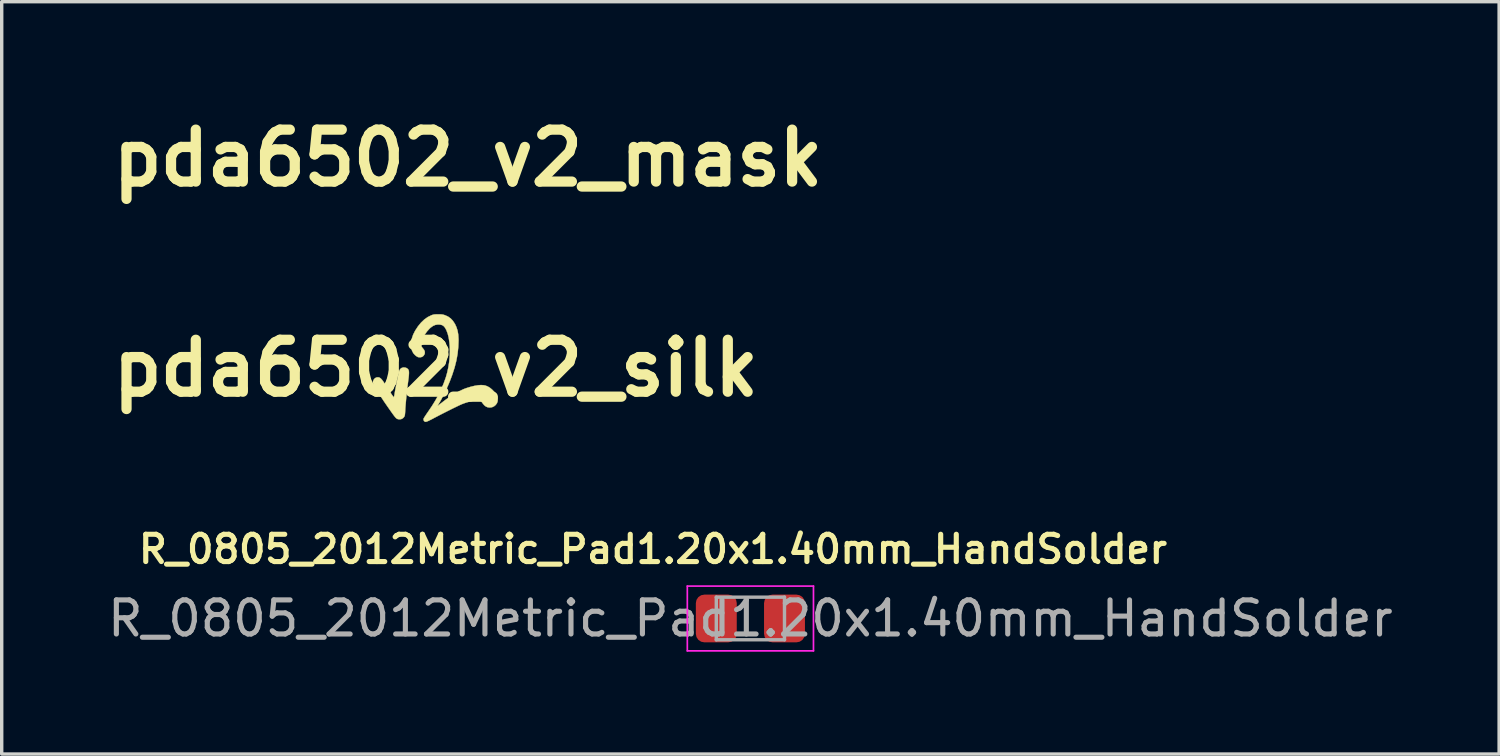
<source format=kicad_pcb>
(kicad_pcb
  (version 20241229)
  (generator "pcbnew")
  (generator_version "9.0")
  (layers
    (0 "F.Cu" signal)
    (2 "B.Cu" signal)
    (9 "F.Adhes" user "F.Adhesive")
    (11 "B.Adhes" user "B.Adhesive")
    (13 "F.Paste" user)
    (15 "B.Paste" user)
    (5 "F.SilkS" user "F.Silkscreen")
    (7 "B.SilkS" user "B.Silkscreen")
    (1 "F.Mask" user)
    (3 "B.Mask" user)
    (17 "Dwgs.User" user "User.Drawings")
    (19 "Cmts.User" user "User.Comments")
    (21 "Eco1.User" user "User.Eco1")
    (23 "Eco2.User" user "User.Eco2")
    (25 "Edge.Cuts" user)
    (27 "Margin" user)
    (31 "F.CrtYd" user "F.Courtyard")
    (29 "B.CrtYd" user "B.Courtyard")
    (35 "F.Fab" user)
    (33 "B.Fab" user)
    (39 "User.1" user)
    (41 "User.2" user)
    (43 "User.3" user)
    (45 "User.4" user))
  (footprint "R_0805_2012Metric_Pad1.20x1.40mm_HandSolder"
    (layer "F.Cu")
    (at 18.958 15.089)
    (property "Reference" "R_0805_2012Metric_Pad1.20x1.40mm_HandSolder" (at -2.857 -2.032 180) (layer "F.SilkS") (effects (font (size 0.8 0.8) (thickness 0.15))))
    (attr smd)
    (fp_line (start -1.85 -0.95) (end 1.85 -0.95) (stroke (width 0.05) (type solid)) (layer "F.CrtYd"))
    (fp_line (start -1.85 0.95) (end -1.85 -0.95) (stroke (width 0.05) (type solid)) (layer "F.CrtYd"))
    (fp_line (start 1.85 -0.95) (end 1.85 0.95) (stroke (width 0.05) (type solid)) (layer "F.CrtYd"))
    (fp_line (start 1.85 0.95) (end -1.85 0.95) (stroke (width 0.05) (type solid)) (layer "F.CrtYd"))
    (fp_line (start -1 -0.625) (end 1 -0.625) (stroke (width 0.1) (type solid)) (layer "F.Fab"))
    (fp_line (start -1 0.625) (end -1 -0.625) (stroke (width 0.1) (type solid)) (layer "F.Fab"))
    (fp_line (start 1 -0.625) (end 1 0.625) (stroke (width 0.1) (type solid)) (layer "F.Fab"))
    (fp_line (start 1 0.625) (end -1 0.625) (stroke (width 0.1) (type solid)) (layer "F.Fab"))
    (fp_text user "${REFERENCE}" (at 0 0 180) (layer "F.Fab") (effects (font (size 1 1) (thickness 0.15))))
    (pad "1" smd roundrect (at -1 0) (size 1.2 1.4) (layers "F.Cu" "F.Mask" "F.Paste") (roundrect_rratio 0.208))
    (pad "2" smd roundrect (at 1 0) (size 1.2 1.4) (layers "F.Cu" "F.Mask" "F.Paste") (roundrect_rratio 0.208)))
  (footprint "pda6502_v2_mask"
    (layer "F.Cu")
    (at 10.675 1.586)
    (property "Reference" "pda6502_v2_mask" (at 0 0 0) (layer "F.SilkS") (effects (font (size 1.524 1.524) (thickness 0.3))))
    (attr through_hole)
    (fp_poly (pts (xy -0.903 -0.02) (xy -0.855 -0.004) (xy -0.817 0.025) (xy -0.809 0.037) (xy -0.798 0.057) (xy -0.791 0.081) (xy -0.788 0.113) (xy -0.788 0.154) (xy -0.791 0.208) (xy -0.798 0.277) (xy -0.809 0.36) (xy -0.833 0.555) (xy -0.853 0.732) (xy -0.87 0.893) (xy -0.883 1.04) (xy -0.894 1.175) (xy -0.901 1.302) (xy -0.903 1.325) (xy -0.909 1.381) (xy -0.925 1.422) (xy -0.954 1.456) (xy -0.976 1.474) (xy -1.013 1.492) (xy -1.06 1.499) (xy -1.106 1.495) (xy -1.127 1.488) (xy -1.143 1.48) (xy -1.159 1.469) (xy -1.176 1.452) (xy -1.197 1.429) (xy -1.222 1.397) (xy -1.254 1.354) (xy -1.295 1.297) (xy -1.346 1.225) (xy -1.351 1.217) (xy -1.418 1.122) (xy -1.474 1.041) (xy -1.523 0.969) (xy -1.566 0.904) (xy -1.607 0.842) (xy -1.647 0.78) (xy -1.689 0.713) (xy -1.715 0.672) (xy -1.759 0.601) (xy -1.792 0.544) (xy -1.817 0.5) (xy -1.833 0.467) (xy -1.843 0.44) (xy -1.846 0.418) (xy -1.845 0.398) (xy -1.841 0.379) (xy -1.819 0.331) (xy -1.784 0.293) (xy -1.741 0.271) (xy -1.732 0.269) (xy -1.697 0.266) (xy -1.666 0.27) (xy -1.636 0.285) (xy -1.605 0.31) (xy -1.571 0.349) (xy -1.532 0.403) (xy -1.487 0.473) (xy -1.472 0.497) (xy -1.44 0.549) (xy -1.404 0.604) (xy -1.368 0.66) (xy -1.332 0.713) (xy -1.299 0.762) (xy -1.271 0.803) (xy -1.248 0.833) (xy -1.234 0.85) (xy -1.231 0.853) (xy -1.227 0.841) (xy -1.221 0.814) (xy -1.214 0.778) (xy -1.207 0.736) (xy -1.201 0.699) (xy -1.197 0.673) (xy -1.189 0.63) (xy -1.178 0.574) (xy -1.166 0.509) (xy -1.152 0.438) (xy -1.137 0.366) (xy -1.123 0.296) (xy -1.109 0.232) (xy -1.098 0.177) (xy -1.089 0.137) (xy -1.086 0.125) (xy -1.069 0.069) (xy -1.047 0.029) (xy -1.018 0.002) (xy -1.003 -0.007) (xy -0.954 -0.022) (xy -0.903 -0.02)) (stroke (width 0.01) (type solid)) (fill yes) (layer "F.Mask"))
    (fp_poly (pts (xy 0.127 -1.58) (xy 0.171 -1.578) (xy 0.206 -1.573) (xy 0.239 -1.564) (xy 0.273 -1.553) (xy 0.361 -1.513) (xy 0.436 -1.459) (xy 0.501 -1.39) (xy 0.558 -1.303) (xy 0.56 -1.301) (xy 0.605 -1.204) (xy 0.638 -1.1) (xy 0.658 -0.985) (xy 0.666 -0.856) (xy 0.667 -0.822) (xy 0.659 -0.621) (xy 0.638 -0.422) (xy 0.602 -0.222) (xy 0.55 -0.018) (xy 0.482 0.193) (xy 0.407 0.392) (xy 0.362 0.498) (xy 0.313 0.608) (xy 0.261 0.718) (xy 0.209 0.823) (xy 0.158 0.92) (xy 0.11 1.006) (xy 0.069 1.073) (xy 0.058 1.092) (xy 0.056 1.101) (xy 0.057 1.101) (xy 0.067 1.094) (xy 0.09 1.078) (xy 0.122 1.053) (xy 0.145 1.034) (xy 0.288 0.924) (xy 0.429 0.826) (xy 0.567 0.74) (xy 0.699 0.668) (xy 0.822 0.611) (xy 0.901 0.582) (xy 1.028 0.543) (xy 1.14 0.516) (xy 1.238 0.5) (xy 1.326 0.494) (xy 1.404 0.499) (xy 1.451 0.508) (xy 1.517 0.533) (xy 1.584 0.572) (xy 1.648 0.624) (xy 1.706 0.684) (xy 1.756 0.748) (xy 1.793 0.815) (xy 1.815 0.879) (xy 1.818 0.901) (xy 1.814 0.966) (xy 1.793 1.026) (xy 1.755 1.078) (xy 1.706 1.118) (xy 1.646 1.145) (xy 1.585 1.153) (xy 1.522 1.146) (xy 1.467 1.123) (xy 1.417 1.082) (xy 1.368 1.022) (xy 1.359 1.008) (xy 1.335 0.976) (xy 1.311 0.952) (xy 1.295 0.942) (xy 1.262 0.936) (xy 1.213 0.938) (xy 1.151 0.946) (xy 1.08 0.959) (xy 1.003 0.977) (xy 0.924 0.998) (xy 0.846 1.023) (xy 0.772 1.051) (xy 0.766 1.053) (xy 0.723 1.072) (xy 0.665 1.099) (xy 0.593 1.134) (xy 0.51 1.174) (xy 0.419 1.219) (xy 0.322 1.268) (xy 0.223 1.318) (xy 0.123 1.369) (xy 0.026 1.42) (xy -0.032 1.45) (xy -0.108 1.491) (xy -0.168 1.521) (xy -0.215 1.544) (xy -0.25 1.559) (xy -0.276 1.568) (xy -0.295 1.572) (xy -0.31 1.571) (xy -0.321 1.568) (xy -0.346 1.548) (xy -0.361 1.516) (xy -0.36 1.482) (xy -0.351 1.465) (xy -0.333 1.434) (xy -0.306 1.393) (xy -0.273 1.343) (xy -0.236 1.29) (xy -0.115 1.111) (xy -0.01 0.941) (xy 0.082 0.774) (xy 0.162 0.609) (xy 0.232 0.441) (xy 0.294 0.267) (xy 0.295 0.265) (xy 0.335 0.123) (xy 0.367 -0.026) (xy 0.391 -0.178) (xy 0.406 -0.331) (xy 0.412 -0.482) (xy 0.409 -0.629) (xy 0.397 -0.769) (xy 0.377 -0.898) (xy 0.348 -1.014) (xy 0.31 -1.114) (xy 0.301 -1.133) (xy 0.265 -1.195) (xy 0.227 -1.238) (xy 0.182 -1.265) (xy 0.126 -1.279) (xy 0.061 -1.282) (xy -0.011 -1.271) (xy -0.083 -1.24) (xy -0.155 -1.188) (xy -0.185 -1.16) (xy -0.259 -1.078) (xy -0.321 -0.991) (xy -0.37 -0.901) (xy -0.404 -0.813) (xy -0.421 -0.729) (xy -0.423 -0.695) (xy -0.422 -0.66) (xy -0.417 -0.635) (xy -0.404 -0.613) (xy -0.38 -0.584) (xy -0.377 -0.581) (xy -0.339 -0.529) (xy -0.322 -0.48) (xy -0.324 -0.432) (xy -0.331 -0.411) (xy -0.361 -0.363) (xy -0.402 -0.333) (xy -0.453 -0.32) (xy -0.493 -0.32) (xy -0.529 -0.329) (xy -0.566 -0.35) (xy -0.609 -0.384) (xy -0.661 -0.442) (xy -0.698 -0.514) (xy -0.72 -0.595) (xy -0.728 -0.686) (xy -0.721 -0.783) (xy -0.7 -0.883) (xy -0.664 -0.986) (xy -0.613 -1.088) (xy -0.607 -1.099) (xy -0.522 -1.229) (xy -0.432 -1.339) (xy -0.337 -1.429) (xy -0.237 -1.5) (xy -0.13 -1.553) (xy -0.129 -1.553) (xy -0.095 -1.565) (xy -0.065 -1.573) (xy -0.031 -1.578) (xy 0.011 -1.58) (xy 0.068 -1.581) (xy 0.069 -1.581) (xy 0.127 -1.58)) (stroke (width 0.01) (type solid)) (fill yes) (layer "F.Mask")))
  (footprint "pda6502_v2_silk"
    (layer "F.Cu")
    (at 9.732 7.749)
    (property "Reference" "pda6502_v2_silk" (at 0 0 0) (layer "F.SilkS") (effects (font (size 1.524 1.524) (thickness 0.3))))
    (attr through_hole)
    (fp_poly (pts (xy -0.903 -0.02) (xy -0.855 -0.004) (xy -0.817 0.025) (xy -0.809 0.037) (xy -0.798 0.057) (xy -0.791 0.081) (xy -0.788 0.113) (xy -0.788 0.154) (xy -0.791 0.208) (xy -0.798 0.277) (xy -0.809 0.36) (xy -0.833 0.555) (xy -0.853 0.732) (xy -0.87 0.893) (xy -0.883 1.04) (xy -0.894 1.175) (xy -0.901 1.302) (xy -0.903 1.325) (xy -0.909 1.381) (xy -0.925 1.422) (xy -0.954 1.456) (xy -0.976 1.474) (xy -1.013 1.492) (xy -1.06 1.499) (xy -1.106 1.495) (xy -1.127 1.488) (xy -1.143 1.48) (xy -1.159 1.469) (xy -1.176 1.452) (xy -1.197 1.429) (xy -1.222 1.397) (xy -1.254 1.354) (xy -1.295 1.297) (xy -1.346 1.225) (xy -1.351 1.217) (xy -1.418 1.122) (xy -1.474 1.041) (xy -1.523 0.969) (xy -1.566 0.904) (xy -1.607 0.842) (xy -1.647 0.78) (xy -1.689 0.713) (xy -1.715 0.672) (xy -1.759 0.601) (xy -1.792 0.544) (xy -1.817 0.5) (xy -1.833 0.467) (xy -1.843 0.44) (xy -1.846 0.418) (xy -1.845 0.398) (xy -1.841 0.379) (xy -1.819 0.331) (xy -1.784 0.293) (xy -1.741 0.271) (xy -1.732 0.269) (xy -1.697 0.266) (xy -1.666 0.27) (xy -1.636 0.285) (xy -1.605 0.31) (xy -1.571 0.349) (xy -1.532 0.403) (xy -1.487 0.473) (xy -1.472 0.497) (xy -1.44 0.549) (xy -1.404 0.604) (xy -1.368 0.66) (xy -1.332 0.713) (xy -1.299 0.762) (xy -1.271 0.803) (xy -1.248 0.833) (xy -1.234 0.85) (xy -1.231 0.853) (xy -1.227 0.841) (xy -1.221 0.814) (xy -1.214 0.778) (xy -1.207 0.736) (xy -1.201 0.699) (xy -1.197 0.673) (xy -1.189 0.63) (xy -1.178 0.574) (xy -1.166 0.509) (xy -1.152 0.438) (xy -1.137 0.366) (xy -1.123 0.296) (xy -1.109 0.232) (xy -1.098 0.177) (xy -1.089 0.137) (xy -1.086 0.125) (xy -1.069 0.069) (xy -1.047 0.029) (xy -1.018 0.002) (xy -1.003 -0.007) (xy -0.954 -0.022) (xy -0.903 -0.02)) (stroke (width 0.01) (type solid)) (fill yes) (layer "F.SilkS"))
    (fp_poly (pts (xy 0.127 -1.58) (xy 0.171 -1.578) (xy 0.206 -1.573) (xy 0.239 -1.564) (xy 0.273 -1.553) (xy 0.361 -1.513) (xy 0.436 -1.459) (xy 0.501 -1.39) (xy 0.558 -1.303) (xy 0.56 -1.301) (xy 0.605 -1.204) (xy 0.638 -1.1) (xy 0.658 -0.985) (xy 0.666 -0.856) (xy 0.667 -0.822) (xy 0.659 -0.621) (xy 0.638 -0.422) (xy 0.602 -0.222) (xy 0.55 -0.018) (xy 0.482 0.193) (xy 0.407 0.392) (xy 0.362 0.498) (xy 0.313 0.608) (xy 0.261 0.718) (xy 0.209 0.823) (xy 0.158 0.92) (xy 0.11 1.006) (xy 0.069 1.073) (xy 0.058 1.092) (xy 0.056 1.101) (xy 0.057 1.101) (xy 0.067 1.094) (xy 0.09 1.078) (xy 0.122 1.053) (xy 0.145 1.034) (xy 0.288 0.924) (xy 0.429 0.826) (xy 0.567 0.74) (xy 0.699 0.668) (xy 0.822 0.611) (xy 0.901 0.582) (xy 1.028 0.543) (xy 1.14 0.516) (xy 1.238 0.5) (xy 1.326 0.494) (xy 1.404 0.499) (xy 1.451 0.508) (xy 1.517 0.533) (xy 1.584 0.572) (xy 1.648 0.624) (xy 1.706 0.684) (xy 1.756 0.748) (xy 1.793 0.815) (xy 1.815 0.879) (xy 1.818 0.901) (xy 1.814 0.966) (xy 1.793 1.026) (xy 1.755 1.078) (xy 1.706 1.118) (xy 1.646 1.145) (xy 1.585 1.153) (xy 1.522 1.146) (xy 1.467 1.123) (xy 1.417 1.082) (xy 1.368 1.022) (xy 1.359 1.008) (xy 1.335 0.976) (xy 1.311 0.952) (xy 1.295 0.942) (xy 1.262 0.936) (xy 1.213 0.938) (xy 1.151 0.946) (xy 1.08 0.959) (xy 1.003 0.977) (xy 0.924 0.998) (xy 0.846 1.023) (xy 0.772 1.051) (xy 0.766 1.053) (xy 0.723 1.072) (xy 0.665 1.099) (xy 0.593 1.134) (xy 0.51 1.174) (xy 0.419 1.219) (xy 0.322 1.268) (xy 0.223 1.318) (xy 0.123 1.369) (xy 0.026 1.42) (xy -0.032 1.45) (xy -0.108 1.491) (xy -0.168 1.521) (xy -0.215 1.544) (xy -0.25 1.559) (xy -0.276 1.568) (xy -0.295 1.572) (xy -0.31 1.571) (xy -0.321 1.568) (xy -0.346 1.548) (xy -0.361 1.516) (xy -0.36 1.482) (xy -0.351 1.465) (xy -0.333 1.434) (xy -0.306 1.393) (xy -0.273 1.343) (xy -0.236 1.29) (xy -0.115 1.111) (xy -0.01 0.941) (xy 0.082 0.774) (xy 0.162 0.609) (xy 0.232 0.441) (xy 0.294 0.267) (xy 0.295 0.265) (xy 0.335 0.123) (xy 0.367 -0.026) (xy 0.391 -0.178) (xy 0.406 -0.331) (xy 0.412 -0.482) (xy 0.409 -0.629) (xy 0.397 -0.769) (xy 0.377 -0.898) (xy 0.348 -1.014) (xy 0.31 -1.114) (xy 0.301 -1.133) (xy 0.265 -1.195) (xy 0.227 -1.238) (xy 0.182 -1.265) (xy 0.126 -1.279) (xy 0.061 -1.282) (xy -0.011 -1.271) (xy -0.083 -1.24) (xy -0.155 -1.188) (xy -0.185 -1.16) (xy -0.259 -1.078) (xy -0.321 -0.991) (xy -0.37 -0.901) (xy -0.404 -0.813) (xy -0.421 -0.729) (xy -0.423 -0.695) (xy -0.422 -0.66) (xy -0.417 -0.635) (xy -0.404 -0.613) (xy -0.38 -0.584) (xy -0.377 -0.581) (xy -0.339 -0.529) (xy -0.322 -0.48) (xy -0.324 -0.432) (xy -0.331 -0.411) (xy -0.361 -0.363) (xy -0.402 -0.333) (xy -0.453 -0.32) (xy -0.493 -0.32) (xy -0.529 -0.329) (xy -0.566 -0.35) (xy -0.609 -0.384) (xy -0.661 -0.442) (xy -0.698 -0.514) (xy -0.72 -0.595) (xy -0.728 -0.686) (xy -0.721 -0.783) (xy -0.7 -0.883) (xy -0.664 -0.986) (xy -0.613 -1.088) (xy -0.607 -1.099) (xy -0.522 -1.229) (xy -0.432 -1.339) (xy -0.337 -1.429) (xy -0.237 -1.5) (xy -0.13 -1.553) (xy -0.129 -1.553) (xy -0.095 -1.565) (xy -0.065 -1.573) (xy -0.031 -1.578) (xy 0.011 -1.58) (xy 0.068 -1.581) (xy 0.069 -1.581) (xy 0.127 -1.58)) (stroke (width 0.01) (type solid)) (fill yes) (layer "F.SilkS")))
  (gr_rect
    (start -3 -3)
    (end 40.917 19.064)
    (stroke (width 0.1) (type default))
    (fill no)
    (layer "Edge.Cuts")))
</source>
